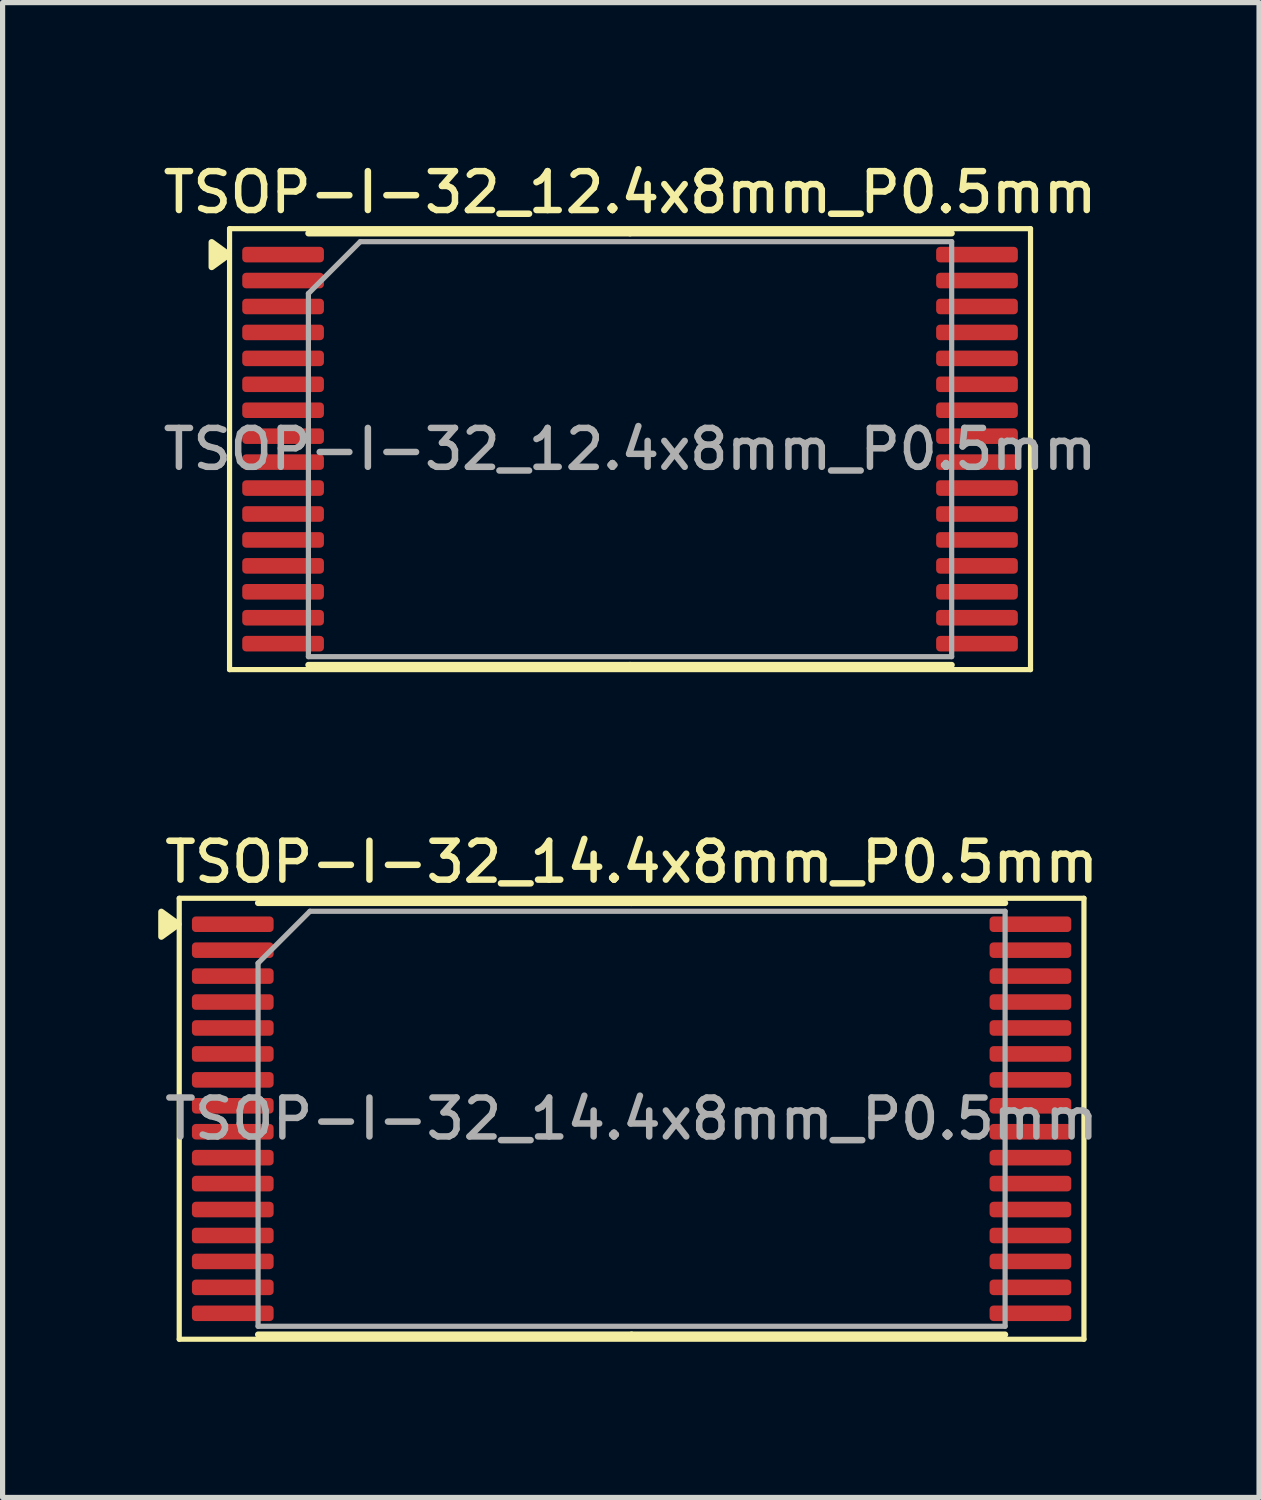
<source format=kicad_pcb>
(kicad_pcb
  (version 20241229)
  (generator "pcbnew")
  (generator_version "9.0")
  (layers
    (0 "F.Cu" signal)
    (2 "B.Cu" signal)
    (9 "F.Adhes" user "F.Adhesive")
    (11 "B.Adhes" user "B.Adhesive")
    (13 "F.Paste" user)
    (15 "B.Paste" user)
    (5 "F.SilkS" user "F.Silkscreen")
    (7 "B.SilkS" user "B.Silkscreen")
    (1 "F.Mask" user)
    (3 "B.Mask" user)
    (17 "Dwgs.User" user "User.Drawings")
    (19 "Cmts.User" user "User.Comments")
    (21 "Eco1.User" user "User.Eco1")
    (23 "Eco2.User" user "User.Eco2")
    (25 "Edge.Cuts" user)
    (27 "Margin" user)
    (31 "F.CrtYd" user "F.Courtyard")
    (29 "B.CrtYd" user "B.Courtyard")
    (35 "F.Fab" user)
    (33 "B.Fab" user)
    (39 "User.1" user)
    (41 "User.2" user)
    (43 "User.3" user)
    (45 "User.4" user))
  (footprint "TSOP-I-32_12.4x8mm_P0.5mm"
    (layer "F.Cu")
    (at 9.095 5.608)
    (property "Reference" "TSOP-I-32_12.4x8mm_P0.5mm" (at 0 -4.95 0) (layer "F.SilkS") (effects (font (size 0.75 0.75) (thickness 0.125))))
    (attr smd)
    (fp_line (start -7.72 -4.25) (end -7.72 4.25) (stroke (width 0.1) (type solid)) (layer "F.SilkS"))
    (fp_line (start -7.72 4.25) (end 7.72 4.25) (stroke (width 0.1) (type solid)) (layer "F.SilkS"))
    (fp_line (start 0 -4.16) (end -6.2 -4.16) (stroke (width 0.12) (type solid)) (layer "F.SilkS"))
    (fp_line (start 0 -4.16) (end 6.2 -4.16) (stroke (width 0.12) (type solid)) (layer "F.SilkS"))
    (fp_line (start 0 4.16) (end -6.2 4.16) (stroke (width 0.12) (type solid)) (layer "F.SilkS"))
    (fp_line (start 0 4.16) (end 6.2 4.16) (stroke (width 0.12) (type solid)) (layer "F.SilkS"))
    (fp_line (start 7.72 -4.25) (end -7.72 -4.25) (stroke (width 0.1) (type solid)) (layer "F.SilkS"))
    (fp_line (start 7.72 4.25) (end 7.72 -4.25) (stroke (width 0.1) (type solid)) (layer "F.SilkS"))
    (fp_poly (pts (xy -7.735 -3.75) (xy -8.065 -3.99) (xy -8.065 -3.51) (xy -7.735 -3.75)) (stroke (width 0.12) (type solid)) (fill yes) (layer "F.SilkS"))
    (fp_line (start -6.2 -3) (end -5.2 -4) (stroke (width 0.1) (type solid)) (layer "F.Fab"))
    (fp_line (start -6.2 4) (end -6.2 -3) (stroke (width 0.1) (type solid)) (layer "F.Fab"))
    (fp_line (start -5.2 -4) (end 6.2 -4) (stroke (width 0.1) (type solid)) (layer "F.Fab"))
    (fp_line (start 6.2 -4) (end 6.2 4) (stroke (width 0.1) (type solid)) (layer "F.Fab"))
    (fp_line (start 6.2 4) (end -6.2 4) (stroke (width 0.1) (type solid)) (layer "F.Fab"))
    (fp_text user "${REFERENCE}" (at 0 0 0) (layer "F.Fab") (effects (font (size 0.75 0.75) (thickness 0.125))))
    (pad "1" smd roundrect (at -6.688 -3.75) (size 1.575 0.3) (layers "F.Cu" "F.Mask" "F.Paste") (roundrect_rratio 0.25))
    (pad "2" smd roundrect (at -6.688 -3.25) (size 1.575 0.3) (layers "F.Cu" "F.Mask" "F.Paste") (roundrect_rratio 0.25))
    (pad "3" smd roundrect (at -6.688 -2.75) (size 1.575 0.3) (layers "F.Cu" "F.Mask" "F.Paste") (roundrect_rratio 0.25))
    (pad "4" smd roundrect (at -6.688 -2.25) (size 1.575 0.3) (layers "F.Cu" "F.Mask" "F.Paste") (roundrect_rratio 0.25))
    (pad "5" smd roundrect (at -6.688 -1.75) (size 1.575 0.3) (layers "F.Cu" "F.Mask" "F.Paste") (roundrect_rratio 0.25))
    (pad "6" smd roundrect (at -6.688 -1.25) (size 1.575 0.3) (layers "F.Cu" "F.Mask" "F.Paste") (roundrect_rratio 0.25))
    (pad "7" smd roundrect (at -6.688 -0.75) (size 1.575 0.3) (layers "F.Cu" "F.Mask" "F.Paste") (roundrect_rratio 0.25))
    (pad "8" smd roundrect (at -6.688 -0.25) (size 1.575 0.3) (layers "F.Cu" "F.Mask" "F.Paste") (roundrect_rratio 0.25))
    (pad "9" smd roundrect (at -6.688 0.25) (size 1.575 0.3) (layers "F.Cu" "F.Mask" "F.Paste") (roundrect_rratio 0.25))
    (pad "10" smd roundrect (at -6.688 0.75) (size 1.575 0.3) (layers "F.Cu" "F.Mask" "F.Paste") (roundrect_rratio 0.25))
    (pad "11" smd roundrect (at -6.688 1.25) (size 1.575 0.3) (layers "F.Cu" "F.Mask" "F.Paste") (roundrect_rratio 0.25))
    (pad "12" smd roundrect (at -6.688 1.75) (size 1.575 0.3) (layers "F.Cu" "F.Mask" "F.Paste") (roundrect_rratio 0.25))
    (pad "13" smd roundrect (at -6.688 2.25) (size 1.575 0.3) (layers "F.Cu" "F.Mask" "F.Paste") (roundrect_rratio 0.25))
    (pad "14" smd roundrect (at -6.688 2.75) (size 1.575 0.3) (layers "F.Cu" "F.Mask" "F.Paste") (roundrect_rratio 0.25))
    (pad "15" smd roundrect (at -6.688 3.25) (size 1.575 0.3) (layers "F.Cu" "F.Mask" "F.Paste") (roundrect_rratio 0.25))
    (pad "16" smd roundrect (at -6.688 3.75) (size 1.575 0.3) (layers "F.Cu" "F.Mask" "F.Paste") (roundrect_rratio 0.25))
    (pad "17" smd roundrect (at 6.688 3.75) (size 1.575 0.3) (layers "F.Cu" "F.Mask" "F.Paste") (roundrect_rratio 0.25))
    (pad "18" smd roundrect (at 6.688 3.25) (size 1.575 0.3) (layers "F.Cu" "F.Mask" "F.Paste") (roundrect_rratio 0.25))
    (pad "19" smd roundrect (at 6.688 2.75) (size 1.575 0.3) (layers "F.Cu" "F.Mask" "F.Paste") (roundrect_rratio 0.25))
    (pad "20" smd roundrect (at 6.688 2.25) (size 1.575 0.3) (layers "F.Cu" "F.Mask" "F.Paste") (roundrect_rratio 0.25))
    (pad "21" smd roundrect (at 6.688 1.75) (size 1.575 0.3) (layers "F.Cu" "F.Mask" "F.Paste") (roundrect_rratio 0.25))
    (pad "22" smd roundrect (at 6.688 1.25) (size 1.575 0.3) (layers "F.Cu" "F.Mask" "F.Paste") (roundrect_rratio 0.25))
    (pad "23" smd roundrect (at 6.688 0.75) (size 1.575 0.3) (layers "F.Cu" "F.Mask" "F.Paste") (roundrect_rratio 0.25))
    (pad "24" smd roundrect (at 6.688 0.25) (size 1.575 0.3) (layers "F.Cu" "F.Mask" "F.Paste") (roundrect_rratio 0.25))
    (pad "25" smd roundrect (at 6.688 -0.25) (size 1.575 0.3) (layers "F.Cu" "F.Mask" "F.Paste") (roundrect_rratio 0.25))
    (pad "26" smd roundrect (at 6.688 -0.75) (size 1.575 0.3) (layers "F.Cu" "F.Mask" "F.Paste") (roundrect_rratio 0.25))
    (pad "27" smd roundrect (at 6.688 -1.25) (size 1.575 0.3) (layers "F.Cu" "F.Mask" "F.Paste") (roundrect_rratio 0.25))
    (pad "28" smd roundrect (at 6.688 -1.75) (size 1.575 0.3) (layers "F.Cu" "F.Mask" "F.Paste") (roundrect_rratio 0.25))
    (pad "29" smd roundrect (at 6.688 -2.25) (size 1.575 0.3) (layers "F.Cu" "F.Mask" "F.Paste") (roundrect_rratio 0.25))
    (pad "30" smd roundrect (at 6.688 -2.75) (size 1.575 0.3) (layers "F.Cu" "F.Mask" "F.Paste") (roundrect_rratio 0.25))
    (pad "31" smd roundrect (at 6.688 -3.25) (size 1.575 0.3) (layers "F.Cu" "F.Mask" "F.Paste") (roundrect_rratio 0.25))
    (pad "32" smd roundrect (at 6.688 -3.75) (size 1.575 0.3) (layers "F.Cu" "F.Mask" "F.Paste") (roundrect_rratio 0.25)))
  (footprint "TSOP-I-32_14.4x8mm_P0.5mm"
    (layer "F.Cu")
    (at 9.125 18.516)
    (property "Reference" "TSOP-I-32_14.4x8mm_P0.5mm" (at 0 -4.95 0) (layer "F.SilkS") (effects (font (size 0.75 0.75) (thickness 0.125))))
    (attr smd)
    (fp_line (start -8.72 -4.25) (end -8.72 4.25) (stroke (width 0.1) (type solid)) (layer "F.SilkS"))
    (fp_line (start -8.72 4.25) (end 8.72 4.25) (stroke (width 0.1) (type solid)) (layer "F.SilkS"))
    (fp_line (start 0 -4.16) (end -7.2 -4.16) (stroke (width 0.12) (type solid)) (layer "F.SilkS"))
    (fp_line (start 0 -4.16) (end 7.2 -4.16) (stroke (width 0.12) (type solid)) (layer "F.SilkS"))
    (fp_line (start 0 4.16) (end -7.2 4.16) (stroke (width 0.12) (type solid)) (layer "F.SilkS"))
    (fp_line (start 0 4.16) (end 7.2 4.16) (stroke (width 0.12) (type solid)) (layer "F.SilkS"))
    (fp_line (start 8.72 -4.25) (end -8.72 -4.25) (stroke (width 0.1) (type solid)) (layer "F.SilkS"))
    (fp_line (start 8.72 4.25) (end 8.72 -4.25) (stroke (width 0.1) (type solid)) (layer "F.SilkS"))
    (fp_poly (pts (xy -8.735 -3.75) (xy -9.065 -3.99) (xy -9.065 -3.51) (xy -8.735 -3.75)) (stroke (width 0.12) (type solid)) (fill yes) (layer "F.SilkS"))
    (fp_line (start -7.2 -3) (end -6.2 -4) (stroke (width 0.1) (type solid)) (layer "F.Fab"))
    (fp_line (start -7.2 4) (end -7.2 -3) (stroke (width 0.1) (type solid)) (layer "F.Fab"))
    (fp_line (start -6.2 -4) (end 7.2 -4) (stroke (width 0.1) (type solid)) (layer "F.Fab"))
    (fp_line (start 7.2 -4) (end 7.2 4) (stroke (width 0.1) (type solid)) (layer "F.Fab"))
    (fp_line (start 7.2 4) (end -7.2 4) (stroke (width 0.1) (type solid)) (layer "F.Fab"))
    (fp_text user "${REFERENCE}" (at 0 0 0) (layer "F.Fab") (effects (font (size 0.75 0.75) (thickness 0.125))))
    (pad "1" smd roundrect (at -7.688 -3.75) (size 1.575 0.3) (layers "F.Cu" "F.Mask" "F.Paste") (roundrect_rratio 0.25))
    (pad "2" smd roundrect (at -7.688 -3.25) (size 1.575 0.3) (layers "F.Cu" "F.Mask" "F.Paste") (roundrect_rratio 0.25))
    (pad "3" smd roundrect (at -7.688 -2.75) (size 1.575 0.3) (layers "F.Cu" "F.Mask" "F.Paste") (roundrect_rratio 0.25))
    (pad "4" smd roundrect (at -7.688 -2.25) (size 1.575 0.3) (layers "F.Cu" "F.Mask" "F.Paste") (roundrect_rratio 0.25))
    (pad "5" smd roundrect (at -7.688 -1.75) (size 1.575 0.3) (layers "F.Cu" "F.Mask" "F.Paste") (roundrect_rratio 0.25))
    (pad "6" smd roundrect (at -7.688 -1.25) (size 1.575 0.3) (layers "F.Cu" "F.Mask" "F.Paste") (roundrect_rratio 0.25))
    (pad "7" smd roundrect (at -7.688 -0.75) (size 1.575 0.3) (layers "F.Cu" "F.Mask" "F.Paste") (roundrect_rratio 0.25))
    (pad "8" smd roundrect (at -7.688 -0.25) (size 1.575 0.3) (layers "F.Cu" "F.Mask" "F.Paste") (roundrect_rratio 0.25))
    (pad "9" smd roundrect (at -7.688 0.25) (size 1.575 0.3) (layers "F.Cu" "F.Mask" "F.Paste") (roundrect_rratio 0.25))
    (pad "10" smd roundrect (at -7.688 0.75) (size 1.575 0.3) (layers "F.Cu" "F.Mask" "F.Paste") (roundrect_rratio 0.25))
    (pad "11" smd roundrect (at -7.688 1.25) (size 1.575 0.3) (layers "F.Cu" "F.Mask" "F.Paste") (roundrect_rratio 0.25))
    (pad "12" smd roundrect (at -7.688 1.75) (size 1.575 0.3) (layers "F.Cu" "F.Mask" "F.Paste") (roundrect_rratio 0.25))
    (pad "13" smd roundrect (at -7.688 2.25) (size 1.575 0.3) (layers "F.Cu" "F.Mask" "F.Paste") (roundrect_rratio 0.25))
    (pad "14" smd roundrect (at -7.688 2.75) (size 1.575 0.3) (layers "F.Cu" "F.Mask" "F.Paste") (roundrect_rratio 0.25))
    (pad "15" smd roundrect (at -7.688 3.25) (size 1.575 0.3) (layers "F.Cu" "F.Mask" "F.Paste") (roundrect_rratio 0.25))
    (pad "16" smd roundrect (at -7.688 3.75) (size 1.575 0.3) (layers "F.Cu" "F.Mask" "F.Paste") (roundrect_rratio 0.25))
    (pad "17" smd roundrect (at 7.688 3.75) (size 1.575 0.3) (layers "F.Cu" "F.Mask" "F.Paste") (roundrect_rratio 0.25))
    (pad "18" smd roundrect (at 7.688 3.25) (size 1.575 0.3) (layers "F.Cu" "F.Mask" "F.Paste") (roundrect_rratio 0.25))
    (pad "19" smd roundrect (at 7.688 2.75) (size 1.575 0.3) (layers "F.Cu" "F.Mask" "F.Paste") (roundrect_rratio 0.25))
    (pad "20" smd roundrect (at 7.688 2.25) (size 1.575 0.3) (layers "F.Cu" "F.Mask" "F.Paste") (roundrect_rratio 0.25))
    (pad "21" smd roundrect (at 7.688 1.75) (size 1.575 0.3) (layers "F.Cu" "F.Mask" "F.Paste") (roundrect_rratio 0.25))
    (pad "22" smd roundrect (at 7.688 1.25) (size 1.575 0.3) (layers "F.Cu" "F.Mask" "F.Paste") (roundrect_rratio 0.25))
    (pad "23" smd roundrect (at 7.688 0.75) (size 1.575 0.3) (layers "F.Cu" "F.Mask" "F.Paste") (roundrect_rratio 0.25))
    (pad "24" smd roundrect (at 7.688 0.25) (size 1.575 0.3) (layers "F.Cu" "F.Mask" "F.Paste") (roundrect_rratio 0.25))
    (pad "25" smd roundrect (at 7.688 -0.25) (size 1.575 0.3) (layers "F.Cu" "F.Mask" "F.Paste") (roundrect_rratio 0.25))
    (pad "26" smd roundrect (at 7.688 -0.75) (size 1.575 0.3) (layers "F.Cu" "F.Mask" "F.Paste") (roundrect_rratio 0.25))
    (pad "27" smd roundrect (at 7.688 -1.25) (size 1.575 0.3) (layers "F.Cu" "F.Mask" "F.Paste") (roundrect_rratio 0.25))
    (pad "28" smd roundrect (at 7.688 -1.75) (size 1.575 0.3) (layers "F.Cu" "F.Mask" "F.Paste") (roundrect_rratio 0.25))
    (pad "29" smd roundrect (at 7.688 -2.25) (size 1.575 0.3) (layers "F.Cu" "F.Mask" "F.Paste") (roundrect_rratio 0.25))
    (pad "30" smd roundrect (at 7.688 -2.75) (size 1.575 0.3) (layers "F.Cu" "F.Mask" "F.Paste") (roundrect_rratio 0.25))
    (pad "31" smd roundrect (at 7.688 -3.25) (size 1.575 0.3) (layers "F.Cu" "F.Mask" "F.Paste") (roundrect_rratio 0.25))
    (pad "32" smd roundrect (at 7.688 -3.75) (size 1.575 0.3) (layers "F.Cu" "F.Mask" "F.Paste") (roundrect_rratio 0.25)))
  (gr_rect
    (start -3 -3)
    (end 21.22 25.816)
    (stroke (width 0.1) (type default))
    (fill no)
    (layer "Edge.Cuts")))
</source>
